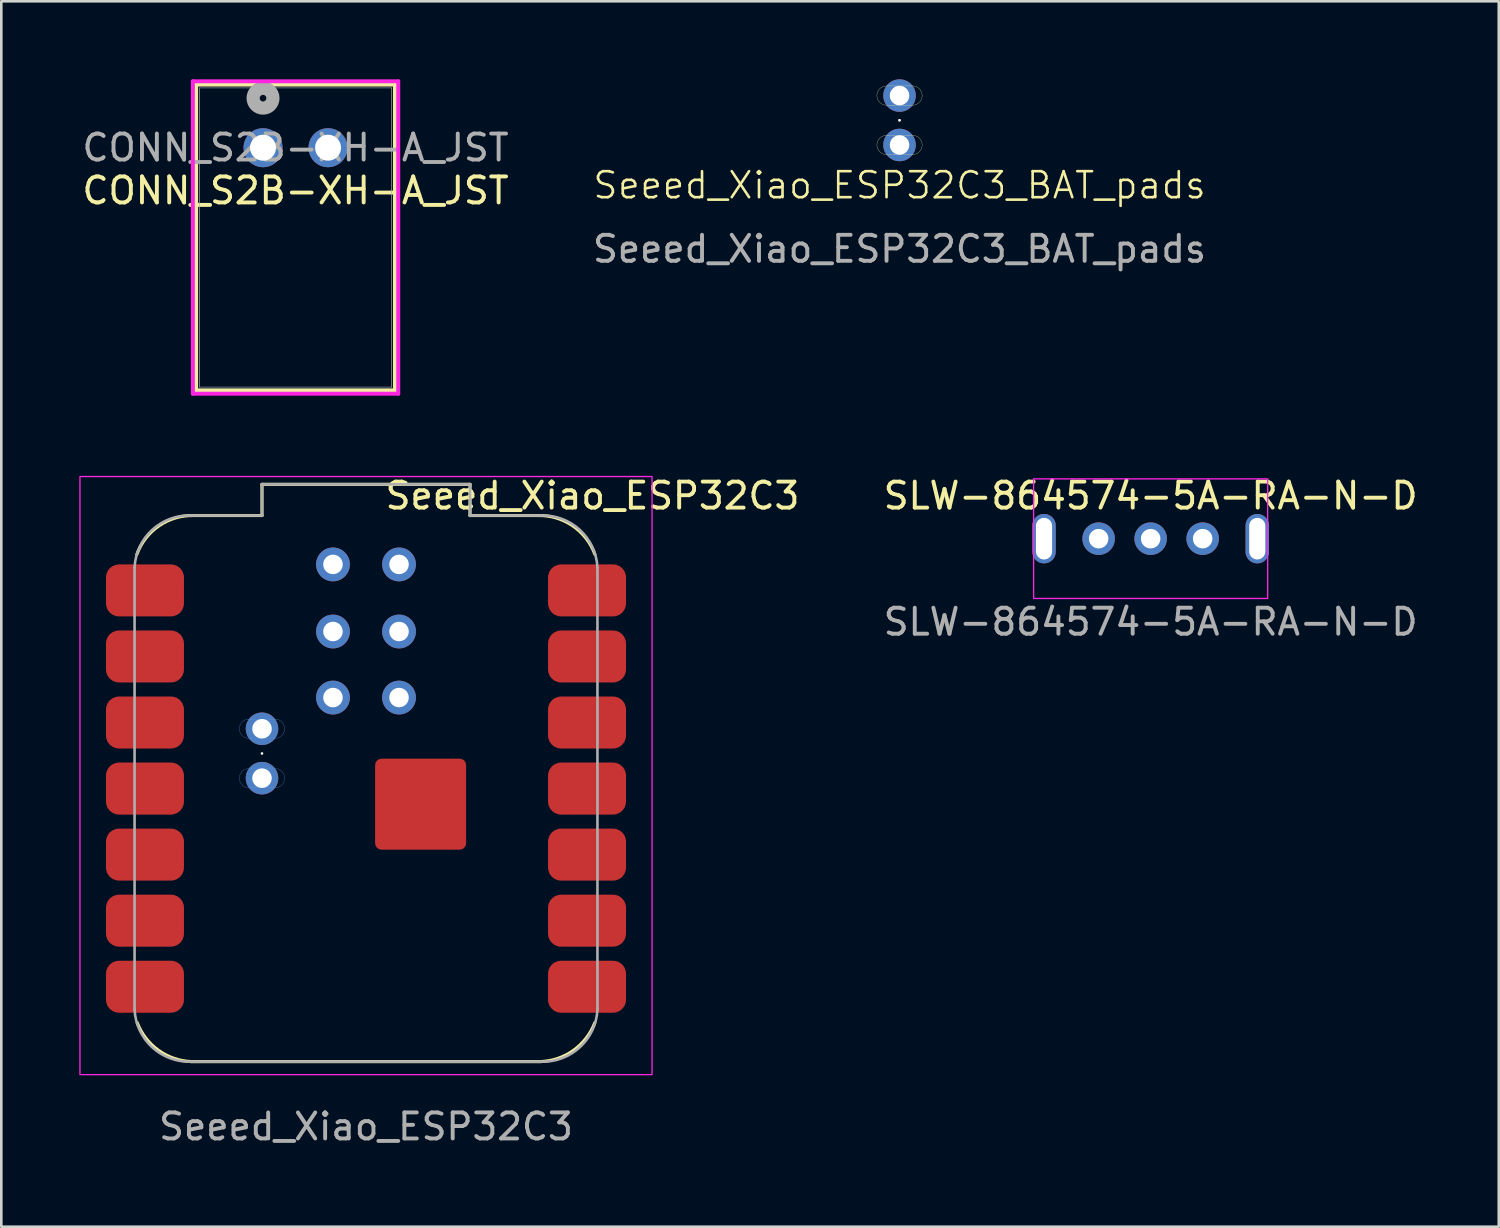
<source format=kicad_pcb>
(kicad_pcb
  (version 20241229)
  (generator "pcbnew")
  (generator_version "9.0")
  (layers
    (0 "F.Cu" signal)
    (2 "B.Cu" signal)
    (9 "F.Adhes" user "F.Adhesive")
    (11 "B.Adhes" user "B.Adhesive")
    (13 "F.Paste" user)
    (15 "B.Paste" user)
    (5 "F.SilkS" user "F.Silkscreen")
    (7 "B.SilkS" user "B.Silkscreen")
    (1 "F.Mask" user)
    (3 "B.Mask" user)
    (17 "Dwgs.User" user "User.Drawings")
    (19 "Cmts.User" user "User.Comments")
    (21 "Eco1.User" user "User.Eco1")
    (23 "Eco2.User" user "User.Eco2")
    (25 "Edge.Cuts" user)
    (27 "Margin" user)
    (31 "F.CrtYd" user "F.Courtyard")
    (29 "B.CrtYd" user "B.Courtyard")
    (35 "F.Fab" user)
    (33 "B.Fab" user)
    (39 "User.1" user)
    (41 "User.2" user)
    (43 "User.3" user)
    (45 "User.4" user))
  (footprint "CONN_S2B-XH-A_JST"
    (layer "F.Cu")
    (at 7.065 2.63)
    (property "Reference" "CONN_S2B-XH-A_JST" (at 1.25 1.65 0) (unlocked yes) (layer "F.SilkS") (effects (font (size 1 1) (thickness 0.15))))
    (attr through_hole)
    (fp_line (start -2.573 -2.427) (end -2.573 9.333) (stroke (width 0.152) (type solid)) (layer "F.SilkS"))
    (fp_line (start -2.573 9.333) (end 5.073 9.333) (stroke (width 0.152) (type solid)) (layer "F.SilkS"))
    (fp_line (start 5.073 -2.427) (end -2.573 -2.427) (stroke (width 0.152) (type solid)) (layer "F.SilkS"))
    (fp_line (start 5.073 9.333) (end 5.073 -2.427) (stroke (width 0.152) (type solid)) (layer "F.SilkS"))
    (fp_line (start -2.7 -2.554) (end -2.7 9.46) (stroke (width 0.152) (type solid)) (layer "F.CrtYd"))
    (fp_line (start -2.7 9.46) (end 5.2 9.46) (stroke (width 0.152) (type solid)) (layer "F.CrtYd"))
    (fp_line (start 5.2 -2.554) (end -2.7 -2.554) (stroke (width 0.152) (type solid)) (layer "F.CrtYd"))
    (fp_line (start 5.2 9.46) (end 5.2 -2.554) (stroke (width 0.152) (type solid)) (layer "F.CrtYd"))
    (fp_line (start -2.446 -2.3) (end -2.446 9.206) (stroke (width 0.025) (type solid)) (layer "F.Fab"))
    (fp_line (start -2.446 9.206) (end 4.946 9.206) (stroke (width 0.025) (type solid)) (layer "F.Fab"))
    (fp_line (start 4.946 -2.3) (end -2.446 -2.3) (stroke (width 0.025) (type solid)) (layer "F.Fab"))
    (fp_line (start 4.946 9.206) (end 4.946 -2.3) (stroke (width 0.025) (type solid)) (layer "F.Fab"))
    (fp_circle (center 0 -1.905) (end 0.381 -1.905) (stroke (width 0.508) (type solid)) (fill no) (layer "F.Fab"))
    (fp_text user "${REFERENCE}" (at 1.25 0 0) (unlocked yes) (layer "F.Fab") (effects (font (size 1 1) (thickness 0.15))))
    (pad "1" thru_hole circle (at 0 0) (size 1.5 1.5) (drill 1) (layers "*.Cu" "*.Mask"))
    (pad "2" thru_hole circle (at 2.5 0) (size 1.5 1.5) (drill 1) (layers "*.Cu" "*.Mask")))
  (footprint "Seeed_Xiao_ESP32C3"
    (layer "F.Cu")
    (at 11.025 27.275)
    (property "Reference" "Seeed_Xiao_ESP32C3" (at 8.71 -11.26 0) (unlocked yes) (layer "F.SilkS") (effects (font (size 1 1) (thickness 0.15))))
    (attr smd)
    (fp_line (start -6.7 10.5) (end 6.7 10.5) (stroke (width 0.12) (type default)) (layer "F.SilkS"))
    (fp_line (start -4 -11.7) (end 4 -11.7) (stroke (width 0.12) (type default)) (layer "F.SilkS"))
    (fp_line (start -4 -10.5) (end -6.6 -10.5) (stroke (width 0.12) (type default)) (layer "F.SilkS"))
    (fp_line (start -4 -10.5) (end -4 -11.7) (stroke (width 0.12) (type default)) (layer "F.SilkS"))
    (fp_line (start 4 -11.7) (end 4 -10.5) (stroke (width 0.12) (type default)) (layer "F.SilkS"))
    (fp_line (start 6.6 -10.5) (end 4 -10.5) (stroke (width 0.12) (type default)) (layer "F.SilkS"))
    (fp_arc (start -8.812892 -9.00468) (mid -7.949609 -10.111769) (end -6.600468 -10.499999) (stroke (width 0.12) (type default)) (layer "F.SilkS"))
    (fp_arc (start -6.7 10.5) (mid -7.977232 10.068125) (end -8.8 9) (stroke (width 0.12) (type default)) (layer "F.SilkS"))
    (fp_arc (start 6.6 -10.499999) (mid 7.944325 -10.107116) (end 8.804034 -9.001464) (stroke (width 0.12) (type default)) (layer "F.SilkS"))
    (fp_arc (start 8.8 9) (mid 7.977232 10.068125) (end 6.7 10.5) (stroke (width 0.12) (type default)) (layer "F.SilkS"))
    (fp_line (start -4.5 -2.67) (end -3.5 -2.67) (stroke (width 0.01) (type default)) (layer "Cmts.User"))
    (fp_line (start -4.5 -1.93) (end -3.5 -1.93) (stroke (width 0.01) (type default)) (layer "Cmts.User"))
    (fp_line (start -4.5 -0.77) (end -3.5 -0.77) (stroke (width 0.01) (type default)) (layer "Cmts.User"))
    (fp_line (start -4.5 -0.03) (end -3.5 -0.03) (stroke (width 0.01) (type default)) (layer "Cmts.User"))
    (fp_line (start -4.5 -0.03) (end -3.5 -0.03) (stroke (width 0.01) (type default)) (layer "Cmts.User"))
    (fp_arc (start -4.5 -1.93) (mid -4.87 -2.3) (end -4.5 -2.67) (stroke (width 0.01) (type default)) (layer "Cmts.User"))
    (fp_arc (start -4.5 -0.03) (mid -4.87 -0.4) (end -4.5 -0.77) (stroke (width 0.01) (type default)) (layer "Cmts.User"))
    (fp_arc (start -3.5 -2.67) (mid -3.13 -2.3) (end -3.5 -1.93) (stroke (width 0.01) (type default)) (layer "Cmts.User"))
    (fp_arc (start -3.5 -0.77) (mid -3.13 -0.4) (end -3.5 -0.03) (stroke (width 0.01) (type default)) (layer "Cmts.User"))
    (fp_rect (start -11 -12) (end 11 11) (stroke (width 0.05) (type default)) (fill no) (layer "F.CrtYd"))
    (fp_line (start -8.9 8.5) (end -8.9 -8.5) (stroke (width 0.1) (type default)) (layer "F.Fab"))
    (fp_line (start -6.7 -10.5) (end -4 -10.5) (stroke (width 0.1) (type default)) (layer "F.Fab"))
    (fp_line (start -4 -11.7) (end 4 -11.7) (stroke (width 0.1) (type default)) (layer "F.Fab"))
    (fp_line (start -4 -10.5) (end -4 -11.7) (stroke (width 0.1) (type default)) (layer "F.Fab"))
    (fp_line (start 4 -11.7) (end 4 -10.5) (stroke (width 0.1) (type default)) (layer "F.Fab"))
    (fp_line (start 4 -10.5) (end 6.7 -10.5) (stroke (width 0.1) (type default)) (layer "F.Fab"))
    (fp_line (start 6.7 10.5) (end -6.7 10.5) (stroke (width 0.1) (type default)) (layer "F.Fab"))
    (fp_line (start 8.9 -8.5) (end 8.9 8.5) (stroke (width 0.1) (type default)) (layer "F.Fab"))
    (fp_arc (start -8.9 -8.5) (mid -8.214214 -9.955635) (end -6.7 -10.5) (stroke (width 0.1) (type default)) (layer "F.Fab"))
    (fp_arc (start -6.7 10.5) (mid -8.214214 9.955635) (end -8.9 8.5) (stroke (width 0.1) (type default)) (layer "F.Fab"))
    (fp_arc (start 6.7 -10.499999) (mid 8.214695 -9.954472) (end 8.9 -8.497676) (stroke (width 0.1) (type default)) (layer "F.Fab"))
    (fp_arc (start 8.9 8.5) (mid 8.214214 9.955635) (end 6.7 10.5) (stroke (width 0.1) (type default)) (layer "F.Fab"))
    (fp_text user "${REFERENCE}" (at 0 13 0) (unlocked yes) (layer "F.Fab") (effects (font (size 1 1) (thickness 0.15))))
    (pad "" np_thru_hole circle (at -4 -1.35) (size 0.1 0.1) (drill oval 3.5 1.9) (layers "*.Cu" "*.Mask"))
    (pad "" smd roundrect (at 1.1 -0.4) (size 1.5 1.5) (property pad_prop_heatsink) (layers "F.Paste") (roundrect_rratio 0.167))
    (pad "" smd roundrect (at 1.1 1.6) (size 1.5 1.5) (property pad_prop_heatsink) (layers "F.Paste") (roundrect_rratio 0.167))
    (pad "" smd roundrect (at 3.1 -0.4) (size 1.5 1.5) (property pad_prop_heatsink) (layers "F.Paste") (roundrect_rratio 0.167))
    (pad "" smd roundrect (at 3.1 1.6) (size 1.5 1.5) (property pad_prop_heatsink) (layers "F.Paste") (roundrect_rratio 0.167))
    (pad "1" smd roundrect (at -8.5 -7.62) (size 3 2) (layers "F.Cu" "F.Mask" "F.Paste") (roundrect_rratio 0.25))
    (pad "2" smd roundrect (at -8.5 -5.08) (size 3 2) (layers "F.Cu" "F.Mask" "F.Paste") (roundrect_rratio 0.25))
    (pad "3" smd roundrect (at -8.5 -2.54) (size 3 2) (layers "F.Cu" "F.Mask" "F.Paste") (roundrect_rratio 0.25))
    (pad "4" smd roundrect (at -8.5 0) (size 3 2) (layers "F.Cu" "F.Mask" "F.Paste") (roundrect_rratio 0.25))
    (pad "5" smd roundrect (at -8.5 2.54) (size 3 2) (layers "F.Cu" "F.Mask" "F.Paste") (roundrect_rratio 0.25))
    (pad "6" smd roundrect (at -8.5 5.08) (size 3 2) (layers "F.Cu" "F.Mask" "F.Paste") (roundrect_rratio 0.25))
    (pad "7" smd roundrect (at -8.5 7.62) (size 3 2) (layers "F.Cu" "F.Mask" "F.Paste") (roundrect_rratio 0.25))
    (pad "8" smd roundrect (at 8.5 7.62) (size 3 2) (layers "F.Cu" "F.Mask" "F.Paste") (roundrect_rratio 0.25))
    (pad "9" smd roundrect (at 8.5 5.08) (size 3 2) (layers "F.Cu" "F.Mask" "F.Paste") (roundrect_rratio 0.25))
    (pad "10" smd roundrect (at 8.5 2.54) (size 3 2) (layers "F.Cu" "F.Mask" "F.Paste") (roundrect_rratio 0.25))
    (pad "11" smd roundrect (at 8.5 0) (size 3 2) (layers "F.Cu" "F.Mask" "F.Paste") (roundrect_rratio 0.25))
    (pad "12" smd roundrect (at 8.5 -2.54) (size 3 2) (layers "F.Cu" "F.Mask" "F.Paste") (roundrect_rratio 0.25))
    (pad "13" smd roundrect (at 8.5 -5.08) (size 3 2) (layers "F.Cu" "F.Mask" "F.Paste") (roundrect_rratio 0.25))
    (pad "14" smd roundrect (at 8.5 -7.62) (size 3 2) (layers "F.Cu" "F.Mask" "F.Paste") (roundrect_rratio 0.25))
    (pad "15" smd roundrect (at 2.1 0.6) (size 3.5 3.5) (property pad_prop_heatsink) (layers "F.Cu" "F.Mask") (roundrect_rratio 0.071))
    (pad "16" thru_hole circle (at -4 -0.4) (size 1.25 1.25) (drill 0.75) (property pad_prop_castellated) (layers "*.Cu" "*.Mask"))
    (pad "17" thru_hole circle (at -4 -2.3) (size 1.25 1.25) (drill 0.75) (property pad_prop_castellated) (layers "*.Cu" "*.Mask"))
    (pad "18" thru_hole circle (at -1.27 -8.62) (size 1.3 1.3) (drill 0.75) (layers "*.Cu" "*.Mask"))
    (pad "19" thru_hole circle (at -1.27 -6.04) (size 1.3 1.3) (drill 0.75) (layers "*.Cu" "*.Mask"))
    (pad "20" thru_hole circle (at -1.27 -3.5) (size 1.3 1.3) (drill 0.75) (layers "*.Cu" "*.Mask"))
    (pad "21" thru_hole circle (at 1.27 -3.5) (size 1.3 1.3) (drill 0.75) (layers "*.Cu" "*.Mask"))
    (pad "22" thru_hole circle (at 1.27 -6.04) (size 1.3 1.3) (drill 0.75) (layers "*.Cu" "*.Mask"))
    (pad "23" thru_hole circle (at 1.27 -8.62) (size 1.3 1.3) (drill 0.75) (layers "*.Cu" "*.Mask")))
  (footprint "SLW-864574-5A-RA-N-D"
    (layer "F.Cu")
    (at 41.199 17.665)
    (property "Reference" "SLW-864574-5A-RA-N-D" (at 0 -1.65 0) (unlocked yes) (layer "F.SilkS") (effects (font (size 1 1) (thickness 0.15))))
    (attr smd)
    (fp_rect (start -4.5 -2.3) (end 4.5 2.3) (stroke (width 0.05) (type default)) (fill no) (layer "F.CrtYd"))
    (fp_text user "${REFERENCE}" (at 0 3.2 0) (unlocked yes) (layer "F.Fab") (effects (font (size 1 1) (thickness 0.15))))
    (pad "1" thru_hole circle (at -2 0) (size 1.25 1.25) (drill 0.75) (layers "*.Cu" "*.Mask"))
    (pad "2" thru_hole circle (at 0 0) (size 1.25 1.25) (drill 0.75) (layers "*.Cu" "*.Mask"))
    (pad "3" thru_hole circle (at 2 0) (size 1.25 1.25) (drill 0.75) (layers "*.Cu" "*.Mask"))
    (pad "4" thru_hole oval (at -4.1 0) (size 0.9 1.9) (drill oval 0.62 1.6) (layers "*.Cu" "*.Mask"))
    (pad "5" thru_hole oval (at 4.1 0) (size 0.9 1.9) (drill oval 0.62 1.6) (layers "*.Cu" "*.Mask")))
  (footprint "Seeed_Xiao_ESP32C3_BAT_pads"
    (layer "F.Cu")
    (at 31.542 1.575)
    (property "Reference" "Seeed_Xiao_ESP32C3_BAT_pads" (at 0 2.5 0) (unlocked yes) (layer "F.SilkS") (effects (font (size 1 1) (thickness 0.1))))
    (attr through_hole)
    (fp_line (start -0.5 -1.32) (end 0.5 -1.32) (stroke (width 0.01) (type default)) (layer "F.SilkS"))
    (fp_line (start -0.5 -0.58) (end 0.5 -0.58) (stroke (width 0.01) (type default)) (layer "F.SilkS"))
    (fp_line (start -0.5 0.58) (end 0.5 0.58) (stroke (width 0.01) (type default)) (layer "F.SilkS"))
    (fp_line (start -0.5 1.32) (end 0.5 1.32) (stroke (width 0.01) (type default)) (layer "F.SilkS"))
    (fp_arc (start -0.5 -0.58) (mid -0.87 -0.95) (end -0.5 -1.32) (stroke (width 0.01) (type default)) (layer "F.SilkS"))
    (fp_arc (start -0.5 1.32) (mid -0.87 0.95) (end -0.5 0.58) (stroke (width 0.01) (type default)) (layer "F.SilkS"))
    (fp_arc (start 0.5 -1.32) (mid 0.87 -0.95) (end 0.5 -0.58) (stroke (width 0.01) (type default)) (layer "F.SilkS"))
    (fp_arc (start 0.5 0.58) (mid 0.87 0.95) (end 0.5 1.32) (stroke (width 0.01) (type default)) (layer "F.SilkS"))
    (fp_text user "${REFERENCE}" (at 0 4.95 0) (unlocked yes) (layer "F.Fab") (effects (font (size 1 1) (thickness 0.15))))
    (pad "1" thru_hole circle (at 0 -0.95) (size 1.25 1.25) (drill 0.75) (layers "*.Cu" "*.Mask"))
    (pad "2" thru_hole circle (at 0 0.95) (size 1.25 1.25) (drill 0.75) (layers "*.Cu" "*.Mask"))
    (pad "3" thru_hole circle (at 0 0) (size 0.1 0.1) (drill oval 3.5 1.9) (layers "*.Cu" "*.Mask")))
  (gr_rect
    (start -3 -3)
    (end 54.586 44.123)
    (stroke (width 0.1) (type default))
    (fill no)
    (layer "Edge.Cuts")))
</source>
